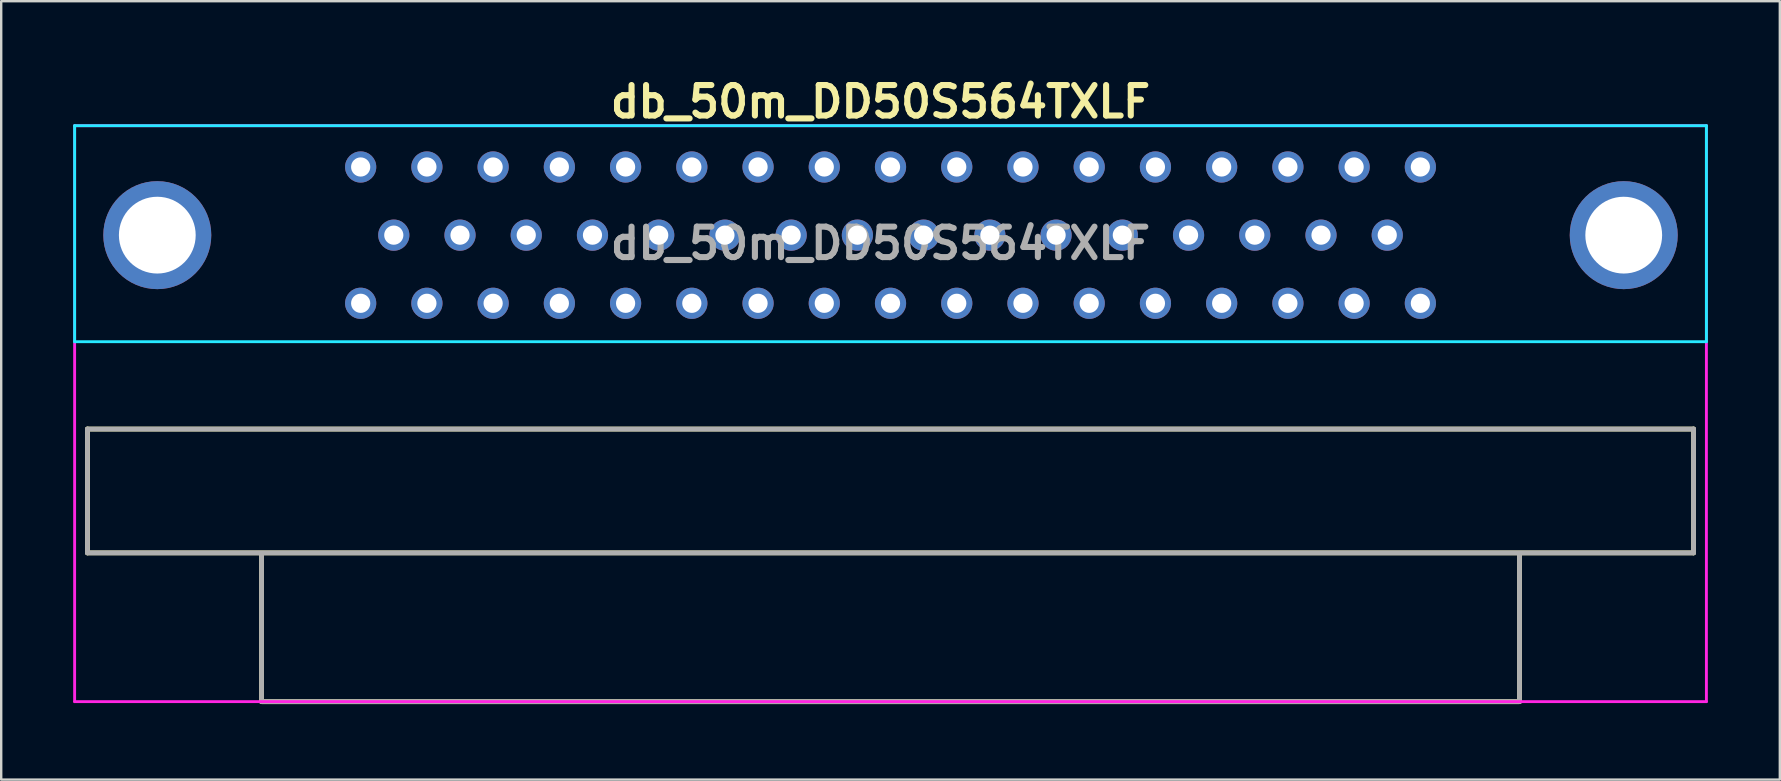
<source format=kicad_pcb>
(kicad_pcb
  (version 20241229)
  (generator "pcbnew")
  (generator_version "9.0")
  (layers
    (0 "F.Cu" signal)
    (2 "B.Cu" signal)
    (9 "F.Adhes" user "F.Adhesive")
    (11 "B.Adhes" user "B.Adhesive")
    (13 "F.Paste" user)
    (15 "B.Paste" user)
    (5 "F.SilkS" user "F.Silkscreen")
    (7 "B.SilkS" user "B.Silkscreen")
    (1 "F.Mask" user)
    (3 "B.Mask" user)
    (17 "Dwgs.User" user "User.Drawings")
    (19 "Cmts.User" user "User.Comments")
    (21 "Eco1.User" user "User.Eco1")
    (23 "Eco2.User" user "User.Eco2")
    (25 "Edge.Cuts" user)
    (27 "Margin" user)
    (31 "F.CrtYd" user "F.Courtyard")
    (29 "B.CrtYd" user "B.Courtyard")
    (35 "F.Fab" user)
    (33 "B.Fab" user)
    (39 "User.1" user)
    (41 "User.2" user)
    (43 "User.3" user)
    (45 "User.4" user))
  (footprint "db_50m_DD50S564TXLF"
    (layer "F.Cu")
    (at 34.06 26.189)
    (property "Reference" "db_50m_DD50S564TXLF" (at -0.42 -25 0) (layer "F.SilkS") (effects (font (size 1.27 1.27) (thickness 0.254))))
    (attr through_hole)
    (fp_line (start -33.465 -11.36) (end -33.465 -6.2) (stroke (width 0.2) (type solid)) (layer "F.SilkS"))
    (fp_line (start -33.465 -11.36) (end 33.465 -11.36) (stroke (width 0.2) (type solid)) (layer "F.SilkS"))
    (fp_line (start -26.21 0) (end -26.21 -6.173) (stroke (width 0.2) (type solid)) (layer "F.SilkS"))
    (fp_line (start 26.21 -6.173) (end 26.21 0) (stroke (width 0.2) (type solid)) (layer "F.SilkS"))
    (fp_line (start 26.21 0) (end -26.21 0) (stroke (width 0.2) (type solid)) (layer "F.SilkS"))
    (fp_line (start 33.465 -11.36) (end 33.465 -6.2) (stroke (width 0.2) (type solid)) (layer "F.SilkS"))
    (fp_line (start 33.465 -6.2) (end -33.465 -6.2) (stroke (width 0.2) (type solid)) (layer "F.SilkS"))
    (fp_line (start -34 -24) (end -34 -15) (stroke (width 0.12) (type solid)) (layer "B.CrtYd"))
    (fp_line (start -34 -15) (end 34 -15) (stroke (width 0.12) (type solid)) (layer "B.CrtYd"))
    (fp_line (start 34 -24) (end -34 -24) (stroke (width 0.12) (type solid)) (layer "B.CrtYd"))
    (fp_line (start 34 -15) (end 34 -24) (stroke (width 0.12) (type solid)) (layer "B.CrtYd"))
    (fp_line (start -34 -24) (end 34 -24) (stroke (width 0.12) (type solid)) (layer "F.CrtYd"))
    (fp_line (start -34 0) (end -34 -24) (stroke (width 0.12) (type solid)) (layer "F.CrtYd"))
    (fp_line (start 34 -24) (end 34 0) (stroke (width 0.12) (type solid)) (layer "F.CrtYd"))
    (fp_line (start 34 0) (end -34 0) (stroke (width 0.12) (type solid)) (layer "F.CrtYd"))
    (fp_line (start -33.465 -11.36) (end -33.465 -6.2) (stroke (width 0.2) (type solid)) (layer "F.Fab"))
    (fp_line (start -33.465 -6.2) (end 33.465 -6.2) (stroke (width 0.2) (type solid)) (layer "F.Fab"))
    (fp_line (start -26.21 -6.173) (end -26.21 0) (stroke (width 0.2) (type solid)) (layer "F.Fab"))
    (fp_line (start -26.21 0) (end 26.21 0) (stroke (width 0.2) (type solid)) (layer "F.Fab"))
    (fp_line (start 26.21 0) (end 26.21 -6.173) (stroke (width 0.2) (type solid)) (layer "F.Fab"))
    (fp_line (start 33.465 -11.36) (end -33.465 -11.36) (stroke (width 0.2) (type solid)) (layer "F.Fab"))
    (fp_line (start 33.465 -6.2) (end 33.465 -11.36) (stroke (width 0.2) (type solid)) (layer "F.Fab"))
    (fp_text user "${REFERENCE}" (at -0.42 -19.099 0) (layer "F.Fab") (effects (font (size 1.27 1.27) (thickness 0.254))))
    (pad "0" thru_hole circle (at -30.555 -19.44) (size 4.5 4.5) (drill 3.2) (layers "*.Cu" "*.Mask"))
    (pad "0" thru_hole circle (at 30.555 -19.44) (size 4.5 4.5) (drill 3.2) (layers "*.Cu" "*.Mask"))
    (pad "1" thru_hole circle (at -22.08 -22.28) (size 1.3 1.3) (drill 0.8) (layers "*.Cu" "*.Mask"))
    (pad "2" thru_hole circle (at -19.32 -22.28) (size 1.3 1.3) (drill 0.8) (layers "*.Cu" "*.Mask"))
    (pad "3" thru_hole circle (at -16.56 -22.28) (size 1.3 1.3) (drill 0.8) (layers "*.Cu" "*.Mask"))
    (pad "4" thru_hole circle (at -13.8 -22.28) (size 1.3 1.3) (drill 0.8) (layers "*.Cu" "*.Mask"))
    (pad "5" thru_hole circle (at -11.04 -22.28) (size 1.3 1.3) (drill 0.8) (layers "*.Cu" "*.Mask"))
    (pad "6" thru_hole circle (at -8.28 -22.28) (size 1.3 1.3) (drill 0.8) (layers "*.Cu" "*.Mask"))
    (pad "7" thru_hole circle (at -5.52 -22.28) (size 1.3 1.3) (drill 0.8) (layers "*.Cu" "*.Mask"))
    (pad "8" thru_hole circle (at -2.76 -22.28) (size 1.3 1.3) (drill 0.8) (layers "*.Cu" "*.Mask"))
    (pad "9" thru_hole circle (at 0 -22.28) (size 1.3 1.3) (drill 0.8) (layers "*.Cu" "*.Mask"))
    (pad "10" thru_hole circle (at 2.76 -22.28) (size 1.3 1.3) (drill 0.8) (layers "*.Cu" "*.Mask"))
    (pad "11" thru_hole circle (at 5.52 -22.28) (size 1.3 1.3) (drill 0.8) (layers "*.Cu" "*.Mask"))
    (pad "12" thru_hole circle (at 8.28 -22.28) (size 1.3 1.3) (drill 0.8) (layers "*.Cu" "*.Mask"))
    (pad "13" thru_hole circle (at 11.04 -22.28) (size 1.3 1.3) (drill 0.8) (layers "*.Cu" "*.Mask"))
    (pad "14" thru_hole circle (at 13.8 -22.28) (size 1.3 1.3) (drill 0.8) (layers "*.Cu" "*.Mask"))
    (pad "15" thru_hole circle (at 16.56 -22.28) (size 1.3 1.3) (drill 0.8) (layers "*.Cu" "*.Mask"))
    (pad "16" thru_hole circle (at 19.32 -22.28) (size 1.3 1.3) (drill 0.8) (layers "*.Cu" "*.Mask"))
    (pad "17" thru_hole circle (at 22.08 -22.28) (size 1.3 1.3) (drill 0.8) (layers "*.Cu" "*.Mask"))
    (pad "18" thru_hole circle (at -20.7 -19.44) (size 1.3 1.3) (drill 0.8) (layers "*.Cu" "*.Mask"))
    (pad "19" thru_hole circle (at -17.94 -19.44) (size 1.3 1.3) (drill 0.8) (layers "*.Cu" "*.Mask"))
    (pad "20" thru_hole circle (at -15.18 -19.44) (size 1.3 1.3) (drill 0.8) (layers "*.Cu" "*.Mask"))
    (pad "21" thru_hole circle (at -12.42 -19.44) (size 1.3 1.3) (drill 0.8) (layers "*.Cu" "*.Mask"))
    (pad "22" thru_hole circle (at -9.66 -19.44) (size 1.3 1.3) (drill 0.8) (layers "*.Cu" "*.Mask"))
    (pad "23" thru_hole circle (at -6.9 -19.44) (size 1.3 1.3) (drill 0.8) (layers "*.Cu" "*.Mask"))
    (pad "24" thru_hole circle (at -4.14 -19.44) (size 1.3 1.3) (drill 0.8) (layers "*.Cu" "*.Mask"))
    (pad "25" thru_hole circle (at -1.38 -19.44) (size 1.3 1.3) (drill 0.8) (layers "*.Cu" "*.Mask"))
    (pad "26" thru_hole circle (at 1.38 -19.44) (size 1.3 1.3) (drill 0.8) (layers "*.Cu" "*.Mask"))
    (pad "27" thru_hole circle (at 4.14 -19.44) (size 1.3 1.3) (drill 0.8) (layers "*.Cu" "*.Mask"))
    (pad "28" thru_hole circle (at 6.9 -19.44) (size 1.3 1.3) (drill 0.8) (layers "*.Cu" "*.Mask"))
    (pad "29" thru_hole circle (at 9.66 -19.44) (size 1.3 1.3) (drill 0.8) (layers "*.Cu" "*.Mask"))
    (pad "30" thru_hole circle (at 12.42 -19.44) (size 1.3 1.3) (drill 0.8) (layers "*.Cu" "*.Mask"))
    (pad "31" thru_hole circle (at 15.18 -19.44) (size 1.3 1.3) (drill 0.8) (layers "*.Cu" "*.Mask"))
    (pad "32" thru_hole circle (at 17.94 -19.44) (size 1.3 1.3) (drill 0.8) (layers "*.Cu" "*.Mask"))
    (pad "33" thru_hole circle (at 20.7 -19.44) (size 1.3 1.3) (drill 0.8) (layers "*.Cu" "*.Mask"))
    (pad "34" thru_hole circle (at -22.08 -16.6) (size 1.3 1.3) (drill 0.8) (layers "*.Cu" "*.Mask"))
    (pad "35" thru_hole circle (at -19.32 -16.6) (size 1.3 1.3) (drill 0.8) (layers "*.Cu" "*.Mask"))
    (pad "36" thru_hole circle (at -16.56 -16.6) (size 1.3 1.3) (drill 0.8) (layers "*.Cu" "*.Mask"))
    (pad "37" thru_hole circle (at -13.8 -16.6) (size 1.3 1.3) (drill 0.8) (layers "*.Cu" "*.Mask"))
    (pad "38" thru_hole circle (at -11.04 -16.6) (size 1.3 1.3) (drill 0.8) (layers "*.Cu" "*.Mask"))
    (pad "39" thru_hole circle (at -8.28 -16.6) (size 1.3 1.3) (drill 0.8) (layers "*.Cu" "*.Mask"))
    (pad "40" thru_hole circle (at -5.52 -16.6) (size 1.3 1.3) (drill 0.8) (layers "*.Cu" "*.Mask"))
    (pad "41" thru_hole circle (at -2.76 -16.6) (size 1.3 1.3) (drill 0.8) (layers "*.Cu" "*.Mask"))
    (pad "42" thru_hole circle (at 0 -16.6) (size 1.3 1.3) (drill 0.8) (layers "*.Cu" "*.Mask"))
    (pad "43" thru_hole circle (at 2.76 -16.6) (size 1.3 1.3) (drill 0.8) (layers "*.Cu" "*.Mask"))
    (pad "44" thru_hole circle (at 5.52 -16.6) (size 1.3 1.3) (drill 0.8) (layers "*.Cu" "*.Mask"))
    (pad "45" thru_hole circle (at 8.28 -16.6) (size 1.3 1.3) (drill 0.8) (layers "*.Cu" "*.Mask"))
    (pad "46" thru_hole circle (at 11.04 -16.6) (size 1.3 1.3) (drill 0.8) (layers "*.Cu" "*.Mask"))
    (pad "47" thru_hole circle (at 13.8 -16.6) (size 1.3 1.3) (drill 0.8) (layers "*.Cu" "*.Mask"))
    (pad "48" thru_hole circle (at 16.56 -16.6) (size 1.3 1.3) (drill 0.8) (layers "*.Cu" "*.Mask"))
    (pad "49" thru_hole circle (at 19.32 -16.6) (size 1.3 1.3) (drill 0.8) (layers "*.Cu" "*.Mask"))
    (pad "50" thru_hole circle (at 22.08 -16.6) (size 1.3 1.3) (drill 0.8) (layers "*.Cu" "*.Mask")))
  (gr_rect
    (start -3 -3)
    (end 71.12 29.439)
    (stroke (width 0.1) (type default))
    (fill no)
    (layer "Edge.Cuts")))
</source>
